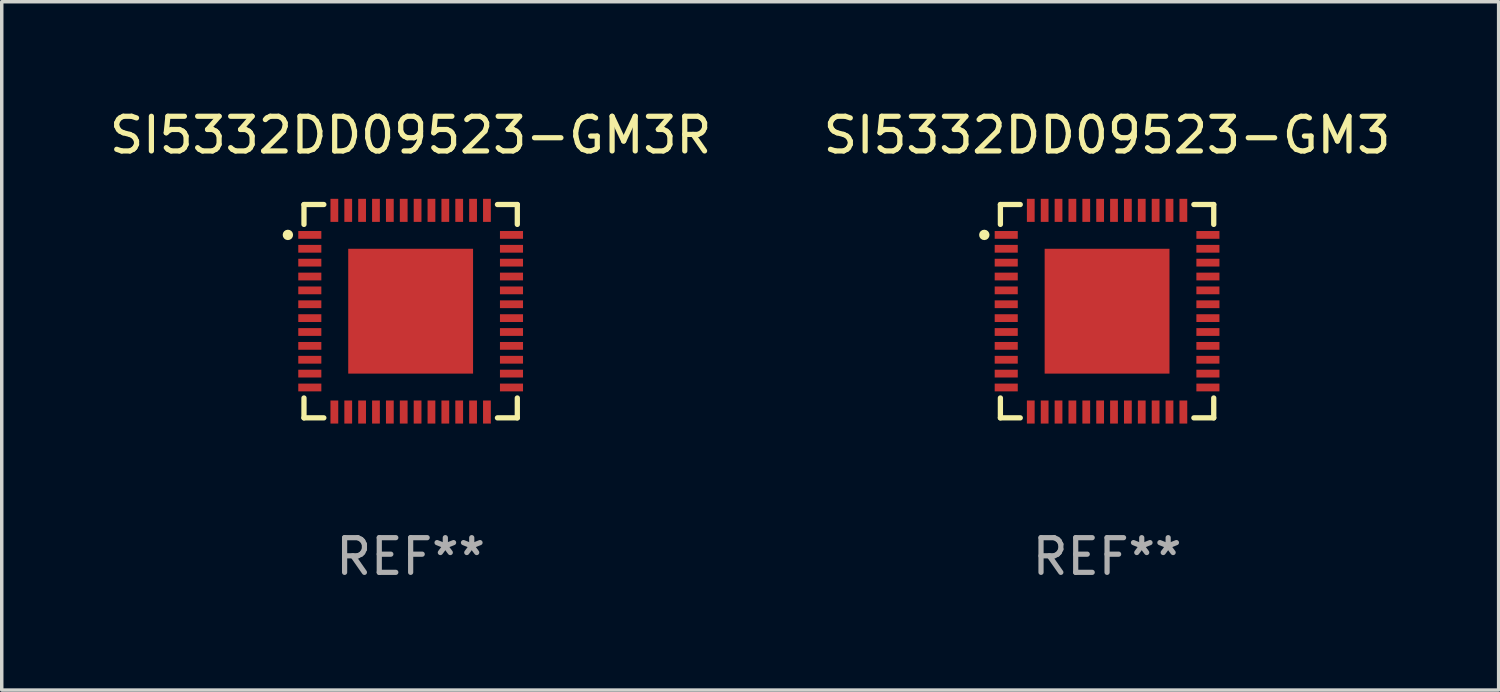
<source format=kicad_pcb>
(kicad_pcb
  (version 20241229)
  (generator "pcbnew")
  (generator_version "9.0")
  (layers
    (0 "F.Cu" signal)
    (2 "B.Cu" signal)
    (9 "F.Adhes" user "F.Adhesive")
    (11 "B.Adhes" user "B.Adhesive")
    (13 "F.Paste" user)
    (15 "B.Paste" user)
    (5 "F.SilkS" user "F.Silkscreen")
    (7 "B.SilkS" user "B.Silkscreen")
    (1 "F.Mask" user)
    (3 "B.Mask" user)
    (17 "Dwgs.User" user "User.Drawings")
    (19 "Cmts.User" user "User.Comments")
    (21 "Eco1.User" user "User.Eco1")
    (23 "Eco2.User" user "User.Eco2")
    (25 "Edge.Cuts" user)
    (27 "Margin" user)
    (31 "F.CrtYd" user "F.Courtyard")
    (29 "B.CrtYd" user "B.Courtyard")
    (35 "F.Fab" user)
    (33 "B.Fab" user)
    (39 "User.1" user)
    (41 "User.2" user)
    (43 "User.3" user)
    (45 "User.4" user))
  (footprint "SI5332DD09523-GM3R"
    (layer "F.Cu")
    (at 8.792 5.924)
    (property "Reference" "SI5332DD09523-GM3R" (at 0 -5.076 0) (layer "F.SilkS") (effects (font (size 1 1) (thickness 0.15))))
    (attr through_hole)
    (fp_line (start -3.076 -3.076) (end -3.076 -2.503) (stroke (width 0.152) (type solid)) (layer "F.SilkS"))
    (fp_line (start -3.076 3.076) (end -3.076 2.503) (stroke (width 0.152) (type solid)) (layer "F.SilkS"))
    (fp_line (start -2.503 -3.076) (end -3.076 -3.076) (stroke (width 0.152) (type solid)) (layer "F.SilkS"))
    (fp_line (start -2.503 3.076) (end -3.076 3.076) (stroke (width 0.152) (type solid)) (layer "F.SilkS"))
    (fp_line (start 2.503 -3.076) (end 3.076 -3.076) (stroke (width 0.152) (type solid)) (layer "F.SilkS"))
    (fp_line (start 2.503 3.076) (end 3.076 3.076) (stroke (width 0.152) (type solid)) (layer "F.SilkS"))
    (fp_line (start 3.076 -3.076) (end 3.076 -2.503) (stroke (width 0.152) (type solid)) (layer "F.SilkS"))
    (fp_line (start 3.076 3.076) (end 3.076 2.503) (stroke (width 0.152) (type solid)) (layer "F.SilkS"))
    (fp_circle (center -3.54 -2.2) (end -3.465 -2.2) (stroke (width 0.15) (type solid)) (fill no) (layer "F.SilkS"))
    (fp_text user "REF**" (at 0 7.076 0) (layer "F.Fab") (effects (font (size 1 1) (thickness 0.15))))
    (pad "1" smd rect (at -2.908 -2.2) (size 0.665 0.224) (layers "F.Cu" "F.Mask" "F.Paste"))
    (pad "2" smd rect (at -2.908 -1.8) (size 0.665 0.224) (layers "F.Cu" "F.Mask" "F.Paste"))
    (pad "3" smd rect (at -2.908 -1.4) (size 0.665 0.224) (layers "F.Cu" "F.Mask" "F.Paste"))
    (pad "4" smd rect (at -2.908 -1) (size 0.665 0.224) (layers "F.Cu" "F.Mask" "F.Paste"))
    (pad "5" smd rect (at -2.908 -0.6) (size 0.665 0.224) (layers "F.Cu" "F.Mask" "F.Paste"))
    (pad "6" smd rect (at -2.908 -0.2) (size 0.665 0.224) (layers "F.Cu" "F.Mask" "F.Paste"))
    (pad "7" smd rect (at -2.908 0.2) (size 0.665 0.224) (layers "F.Cu" "F.Mask" "F.Paste"))
    (pad "8" smd rect (at -2.908 0.6) (size 0.665 0.224) (layers "F.Cu" "F.Mask" "F.Paste"))
    (pad "9" smd rect (at -2.908 1) (size 0.665 0.224) (layers "F.Cu" "F.Mask" "F.Paste"))
    (pad "10" smd rect (at -2.908 1.4) (size 0.665 0.224) (layers "F.Cu" "F.Mask" "F.Paste"))
    (pad "11" smd rect (at -2.908 1.8) (size 0.665 0.224) (layers "F.Cu" "F.Mask" "F.Paste"))
    (pad "12" smd rect (at -2.908 2.2) (size 0.665 0.224) (layers "F.Cu" "F.Mask" "F.Paste"))
    (pad "13" smd rect (at -2.2 2.908) (size 0.224 0.665) (layers "F.Cu" "F.Mask" "F.Paste"))
    (pad "14" smd rect (at -1.8 2.908) (size 0.224 0.665) (layers "F.Cu" "F.Mask" "F.Paste"))
    (pad "15" smd rect (at -1.4 2.908) (size 0.224 0.665) (layers "F.Cu" "F.Mask" "F.Paste"))
    (pad "16" smd rect (at -1 2.908) (size 0.224 0.665) (layers "F.Cu" "F.Mask" "F.Paste"))
    (pad "17" smd rect (at -0.6 2.908) (size 0.224 0.665) (layers "F.Cu" "F.Mask" "F.Paste"))
    (pad "18" smd rect (at -0.2 2.908) (size 0.224 0.665) (layers "F.Cu" "F.Mask" "F.Paste"))
    (pad "19" smd rect (at 0.2 2.908) (size 0.224 0.665) (layers "F.Cu" "F.Mask" "F.Paste"))
    (pad "20" smd rect (at 0.6 2.908) (size 0.224 0.665) (layers "F.Cu" "F.Mask" "F.Paste"))
    (pad "21" smd rect (at 1 2.908) (size 0.224 0.665) (layers "F.Cu" "F.Mask" "F.Paste"))
    (pad "22" smd rect (at 1.4 2.908) (size 0.224 0.665) (layers "F.Cu" "F.Mask" "F.Paste"))
    (pad "23" smd rect (at 1.8 2.908) (size 0.224 0.665) (layers "F.Cu" "F.Mask" "F.Paste"))
    (pad "24" smd rect (at 2.2 2.908) (size 0.224 0.665) (layers "F.Cu" "F.Mask" "F.Paste"))
    (pad "25" smd rect (at 2.908 2.2) (size 0.665 0.224) (layers "F.Cu" "F.Mask" "F.Paste"))
    (pad "26" smd rect (at 2.908 1.8) (size 0.665 0.224) (layers "F.Cu" "F.Mask" "F.Paste"))
    (pad "27" smd rect (at 2.908 1.4) (size 0.665 0.224) (layers "F.Cu" "F.Mask" "F.Paste"))
    (pad "28" smd rect (at 2.908 1) (size 0.665 0.224) (layers "F.Cu" "F.Mask" "F.Paste"))
    (pad "29" smd rect (at 2.908 0.6) (size 0.665 0.224) (layers "F.Cu" "F.Mask" "F.Paste"))
    (pad "30" smd rect (at 2.908 0.2) (size 0.665 0.224) (layers "F.Cu" "F.Mask" "F.Paste"))
    (pad "31" smd rect (at 2.908 -0.2) (size 0.665 0.224) (layers "F.Cu" "F.Mask" "F.Paste"))
    (pad "32" smd rect (at 2.908 -0.6) (size 0.665 0.224) (layers "F.Cu" "F.Mask" "F.Paste"))
    (pad "33" smd rect (at 2.908 -1) (size 0.665 0.224) (layers "F.Cu" "F.Mask" "F.Paste"))
    (pad "34" smd rect (at 2.908 -1.4) (size 0.665 0.224) (layers "F.Cu" "F.Mask" "F.Paste"))
    (pad "35" smd rect (at 2.908 -1.8) (size 0.665 0.224) (layers "F.Cu" "F.Mask" "F.Paste"))
    (pad "36" smd rect (at 2.908 -2.2) (size 0.665 0.224) (layers "F.Cu" "F.Mask" "F.Paste"))
    (pad "37" smd rect (at 2.2 -2.908) (size 0.224 0.665) (layers "F.Cu" "F.Mask" "F.Paste"))
    (pad "38" smd rect (at 1.8 -2.908) (size 0.224 0.665) (layers "F.Cu" "F.Mask" "F.Paste"))
    (pad "39" smd rect (at 1.4 -2.908) (size 0.224 0.665) (layers "F.Cu" "F.Mask" "F.Paste"))
    (pad "40" smd rect (at 1 -2.908) (size 0.224 0.665) (layers "F.Cu" "F.Mask" "F.Paste"))
    (pad "41" smd rect (at 0.6 -2.908) (size 0.224 0.665) (layers "F.Cu" "F.Mask" "F.Paste"))
    (pad "42" smd rect (at 0.2 -2.908) (size 0.224 0.665) (layers "F.Cu" "F.Mask" "F.Paste"))
    (pad "43" smd rect (at -0.2 -2.908) (size 0.224 0.665) (layers "F.Cu" "F.Mask" "F.Paste"))
    (pad "44" smd rect (at -0.6 -2.908) (size 0.224 0.665) (layers "F.Cu" "F.Mask" "F.Paste"))
    (pad "45" smd rect (at -1 -2.908) (size 0.224 0.665) (layers "F.Cu" "F.Mask" "F.Paste"))
    (pad "46" smd rect (at -1.4 -2.908) (size 0.224 0.665) (layers "F.Cu" "F.Mask" "F.Paste"))
    (pad "47" smd rect (at -1.8 -2.908) (size 0.224 0.665) (layers "F.Cu" "F.Mask" "F.Paste"))
    (pad "48" smd rect (at -2.2 -2.908) (size 0.224 0.665) (layers "F.Cu" "F.Mask" "F.Paste"))
    (pad "49" smd rect (at 0 0) (size 3.6 3.6) (layers "F.Cu" "F.Mask" "F.Paste")))
  (footprint "SI5332DD09523-GM3"
    (layer "F.Cu")
    (at 28.875 5.924)
    (property "Reference" "SI5332DD09523-GM3" (at 0 -5.076 0) (layer "F.SilkS") (effects (font (size 1 1) (thickness 0.15))))
    (attr through_hole)
    (fp_line (start -3.076 -3.076) (end -3.076 -2.503) (stroke (width 0.152) (type solid)) (layer "F.SilkS"))
    (fp_line (start -3.076 3.076) (end -3.076 2.503) (stroke (width 0.152) (type solid)) (layer "F.SilkS"))
    (fp_line (start -2.503 -3.076) (end -3.076 -3.076) (stroke (width 0.152) (type solid)) (layer "F.SilkS"))
    (fp_line (start -2.503 3.076) (end -3.076 3.076) (stroke (width 0.152) (type solid)) (layer "F.SilkS"))
    (fp_line (start 2.503 -3.076) (end 3.076 -3.076) (stroke (width 0.152) (type solid)) (layer "F.SilkS"))
    (fp_line (start 2.503 3.076) (end 3.076 3.076) (stroke (width 0.152) (type solid)) (layer "F.SilkS"))
    (fp_line (start 3.076 -3.076) (end 3.076 -2.503) (stroke (width 0.152) (type solid)) (layer "F.SilkS"))
    (fp_line (start 3.076 3.076) (end 3.076 2.503) (stroke (width 0.152) (type solid)) (layer "F.SilkS"))
    (fp_circle (center -3.54 -2.2) (end -3.465 -2.2) (stroke (width 0.15) (type solid)) (fill no) (layer "F.SilkS"))
    (fp_text user "REF**" (at 0 7.076 0) (layer "F.Fab") (effects (font (size 1 1) (thickness 0.15))))
    (pad "1" smd rect (at -2.908 -2.2) (size 0.665 0.224) (layers "F.Cu" "F.Mask" "F.Paste"))
    (pad "2" smd rect (at -2.908 -1.8) (size 0.665 0.224) (layers "F.Cu" "F.Mask" "F.Paste"))
    (pad "3" smd rect (at -2.908 -1.4) (size 0.665 0.224) (layers "F.Cu" "F.Mask" "F.Paste"))
    (pad "4" smd rect (at -2.908 -1) (size 0.665 0.224) (layers "F.Cu" "F.Mask" "F.Paste"))
    (pad "5" smd rect (at -2.908 -0.6) (size 0.665 0.224) (layers "F.Cu" "F.Mask" "F.Paste"))
    (pad "6" smd rect (at -2.908 -0.2) (size 0.665 0.224) (layers "F.Cu" "F.Mask" "F.Paste"))
    (pad "7" smd rect (at -2.908 0.2) (size 0.665 0.224) (layers "F.Cu" "F.Mask" "F.Paste"))
    (pad "8" smd rect (at -2.908 0.6) (size 0.665 0.224) (layers "F.Cu" "F.Mask" "F.Paste"))
    (pad "9" smd rect (at -2.908 1) (size 0.665 0.224) (layers "F.Cu" "F.Mask" "F.Paste"))
    (pad "10" smd rect (at -2.908 1.4) (size 0.665 0.224) (layers "F.Cu" "F.Mask" "F.Paste"))
    (pad "11" smd rect (at -2.908 1.8) (size 0.665 0.224) (layers "F.Cu" "F.Mask" "F.Paste"))
    (pad "12" smd rect (at -2.908 2.2) (size 0.665 0.224) (layers "F.Cu" "F.Mask" "F.Paste"))
    (pad "13" smd rect (at -2.2 2.908) (size 0.224 0.665) (layers "F.Cu" "F.Mask" "F.Paste"))
    (pad "14" smd rect (at -1.8 2.908) (size 0.224 0.665) (layers "F.Cu" "F.Mask" "F.Paste"))
    (pad "15" smd rect (at -1.4 2.908) (size 0.224 0.665) (layers "F.Cu" "F.Mask" "F.Paste"))
    (pad "16" smd rect (at -1 2.908) (size 0.224 0.665) (layers "F.Cu" "F.Mask" "F.Paste"))
    (pad "17" smd rect (at -0.6 2.908) (size 0.224 0.665) (layers "F.Cu" "F.Mask" "F.Paste"))
    (pad "18" smd rect (at -0.2 2.908) (size 0.224 0.665) (layers "F.Cu" "F.Mask" "F.Paste"))
    (pad "19" smd rect (at 0.2 2.908) (size 0.224 0.665) (layers "F.Cu" "F.Mask" "F.Paste"))
    (pad "20" smd rect (at 0.6 2.908) (size 0.224 0.665) (layers "F.Cu" "F.Mask" "F.Paste"))
    (pad "21" smd rect (at 1 2.908) (size 0.224 0.665) (layers "F.Cu" "F.Mask" "F.Paste"))
    (pad "22" smd rect (at 1.4 2.908) (size 0.224 0.665) (layers "F.Cu" "F.Mask" "F.Paste"))
    (pad "23" smd rect (at 1.8 2.908) (size 0.224 0.665) (layers "F.Cu" "F.Mask" "F.Paste"))
    (pad "24" smd rect (at 2.2 2.908) (size 0.224 0.665) (layers "F.Cu" "F.Mask" "F.Paste"))
    (pad "25" smd rect (at 2.908 2.2) (size 0.665 0.224) (layers "F.Cu" "F.Mask" "F.Paste"))
    (pad "26" smd rect (at 2.908 1.8) (size 0.665 0.224) (layers "F.Cu" "F.Mask" "F.Paste"))
    (pad "27" smd rect (at 2.908 1.4) (size 0.665 0.224) (layers "F.Cu" "F.Mask" "F.Paste"))
    (pad "28" smd rect (at 2.908 1) (size 0.665 0.224) (layers "F.Cu" "F.Mask" "F.Paste"))
    (pad "29" smd rect (at 2.908 0.6) (size 0.665 0.224) (layers "F.Cu" "F.Mask" "F.Paste"))
    (pad "30" smd rect (at 2.908 0.2) (size 0.665 0.224) (layers "F.Cu" "F.Mask" "F.Paste"))
    (pad "31" smd rect (at 2.908 -0.2) (size 0.665 0.224) (layers "F.Cu" "F.Mask" "F.Paste"))
    (pad "32" smd rect (at 2.908 -0.6) (size 0.665 0.224) (layers "F.Cu" "F.Mask" "F.Paste"))
    (pad "33" smd rect (at 2.908 -1) (size 0.665 0.224) (layers "F.Cu" "F.Mask" "F.Paste"))
    (pad "34" smd rect (at 2.908 -1.4) (size 0.665 0.224) (layers "F.Cu" "F.Mask" "F.Paste"))
    (pad "35" smd rect (at 2.908 -1.8) (size 0.665 0.224) (layers "F.Cu" "F.Mask" "F.Paste"))
    (pad "36" smd rect (at 2.908 -2.2) (size 0.665 0.224) (layers "F.Cu" "F.Mask" "F.Paste"))
    (pad "37" smd rect (at 2.2 -2.908) (size 0.224 0.665) (layers "F.Cu" "F.Mask" "F.Paste"))
    (pad "38" smd rect (at 1.8 -2.908) (size 0.224 0.665) (layers "F.Cu" "F.Mask" "F.Paste"))
    (pad "39" smd rect (at 1.4 -2.908) (size 0.224 0.665) (layers "F.Cu" "F.Mask" "F.Paste"))
    (pad "40" smd rect (at 1 -2.908) (size 0.224 0.665) (layers "F.Cu" "F.Mask" "F.Paste"))
    (pad "41" smd rect (at 0.6 -2.908) (size 0.224 0.665) (layers "F.Cu" "F.Mask" "F.Paste"))
    (pad "42" smd rect (at 0.2 -2.908) (size 0.224 0.665) (layers "F.Cu" "F.Mask" "F.Paste"))
    (pad "43" smd rect (at -0.2 -2.908) (size 0.224 0.665) (layers "F.Cu" "F.Mask" "F.Paste"))
    (pad "44" smd rect (at -0.6 -2.908) (size 0.224 0.665) (layers "F.Cu" "F.Mask" "F.Paste"))
    (pad "45" smd rect (at -1 -2.908) (size 0.224 0.665) (layers "F.Cu" "F.Mask" "F.Paste"))
    (pad "46" smd rect (at -1.4 -2.908) (size 0.224 0.665) (layers "F.Cu" "F.Mask" "F.Paste"))
    (pad "47" smd rect (at -1.8 -2.908) (size 0.224 0.665) (layers "F.Cu" "F.Mask" "F.Paste"))
    (pad "48" smd rect (at -2.2 -2.908) (size 0.224 0.665) (layers "F.Cu" "F.Mask" "F.Paste"))
    (pad "49" smd rect (at 0 0) (size 3.6 3.6) (layers "F.Cu" "F.Mask" "F.Paste")))
  (gr_rect
    (start -3 -3)
    (end 40.167 16.849)
    (stroke (width 0.1) (type default))
    (fill no)
    (layer "Edge.Cuts")))
</source>
